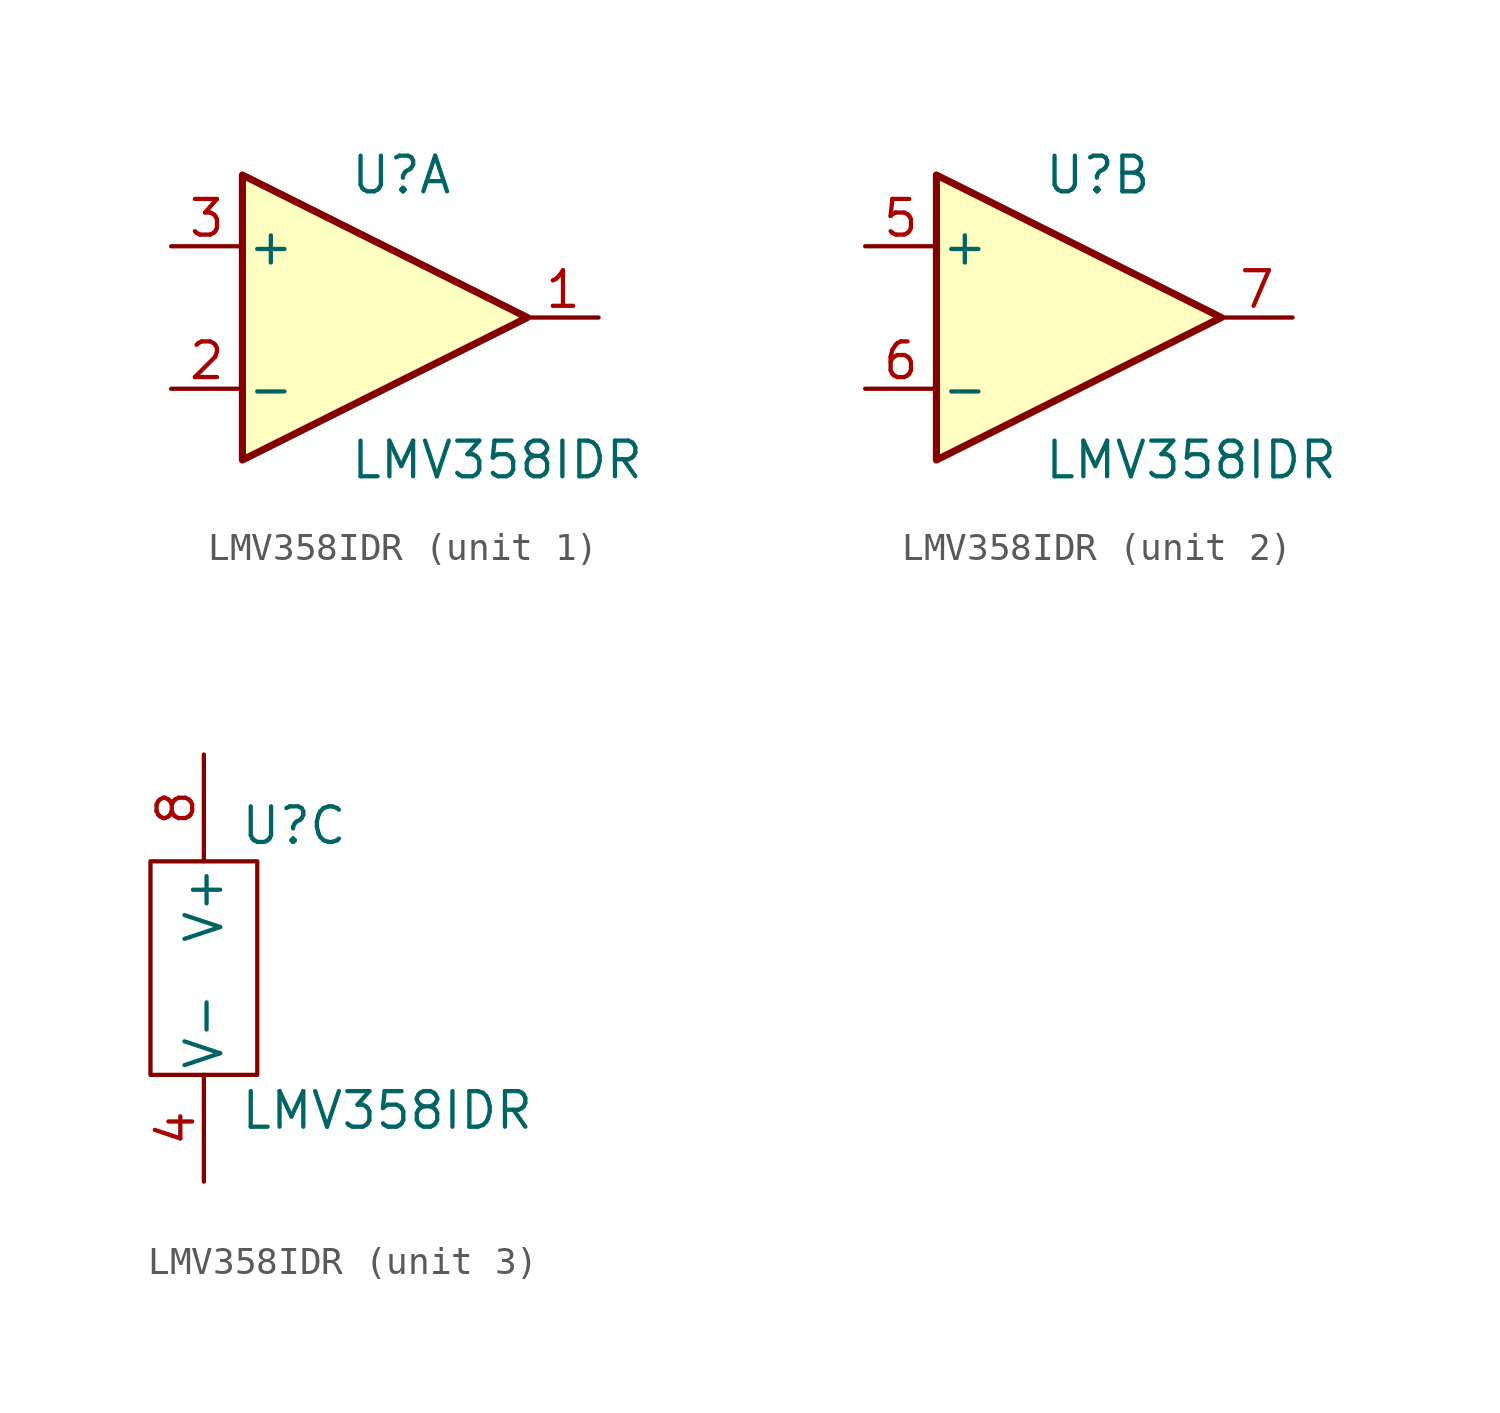
<source format=kicad_sym>
(kicad_symbol_lib
  (version 20220914)
  (generator kicad_symbol_editor)
  (symbol "LMV358IDR"
    (pin_names
      (offset 0.127))
    (property "Reference" "U"
      (at -1.27 5.08 0)
      (effects (font (size 1.27 1.27)) (justify left)))
    (property "Value" "LMV358IDR"
      (at -1.27 -5.08 0)
      (effects (font (size 1.27 1.27)) (justify left)))
    (property "ki_locked" ""
      (at 0 0 0)
      (effects (font (size 1.27 1.27))))
    (symbol "LMV358IDR_1_1"
      (polyline (pts (xy -5.08 5.08) (xy 5.08 0) (xy -5.08 -5.08) (xy -5.08 5.08)) (stroke (width 0.254) (type default)) (fill (type background)))
      (pin output line (at 7.62 0 180) (length 2.54) (name "~" (effects (font (size 1.27 1.27)))) (number "1" (effects (font (size 1.27 1.27)))))
      (pin input line (at -7.62 -2.54 0) (length 2.54) (name "-" (effects (font (size 1.27 1.27)))) (number "2" (effects (font (size 1.27 1.27)))))
      (pin input line (at -7.62 2.54 0) (length 2.54) (name "+" (effects (font (size 1.27 1.27)))) (number "3" (effects (font (size 1.27 1.27))))))
    (symbol "LMV358IDR_2_1"
      (polyline (pts (xy -5.08 5.08) (xy 5.08 0) (xy -5.08 -5.08) (xy -5.08 5.08)) (stroke (width 0.254) (type default)) (fill (type background)))
      (pin input line (at -7.62 2.54 0) (length 2.54) (name "+" (effects (font (size 1.27 1.27)))) (number "5" (effects (font (size 1.27 1.27)))))
      (pin input line (at -7.62 -2.54 0) (length 2.54) (name "-" (effects (font (size 1.27 1.27)))) (number "6" (effects (font (size 1.27 1.27)))))
      (pin output line (at 7.62 0 180) (length 2.54) (name "~" (effects (font (size 1.27 1.27)))) (number "7" (effects (font (size 1.27 1.27))))))
    (symbol "LMV358IDR_3_1"
      (rectangle (start -4.445 3.81) (end -0.635 -3.81) (stroke (width 0) (type default)) (fill (type none)))
      (pin power_in line (at -2.54 -7.62 90) (length 3.81) (name "V-" (effects (font (size 1.27 1.27)))) (number "4" (effects (font (size 1.27 1.27)))))
      (pin power_in line (at -2.54 7.62 270) (length 3.81) (name "V+" (effects (font (size 1.27 1.27)))) (number "8" (effects (font (size 1.27 1.27))))))))
</source>
